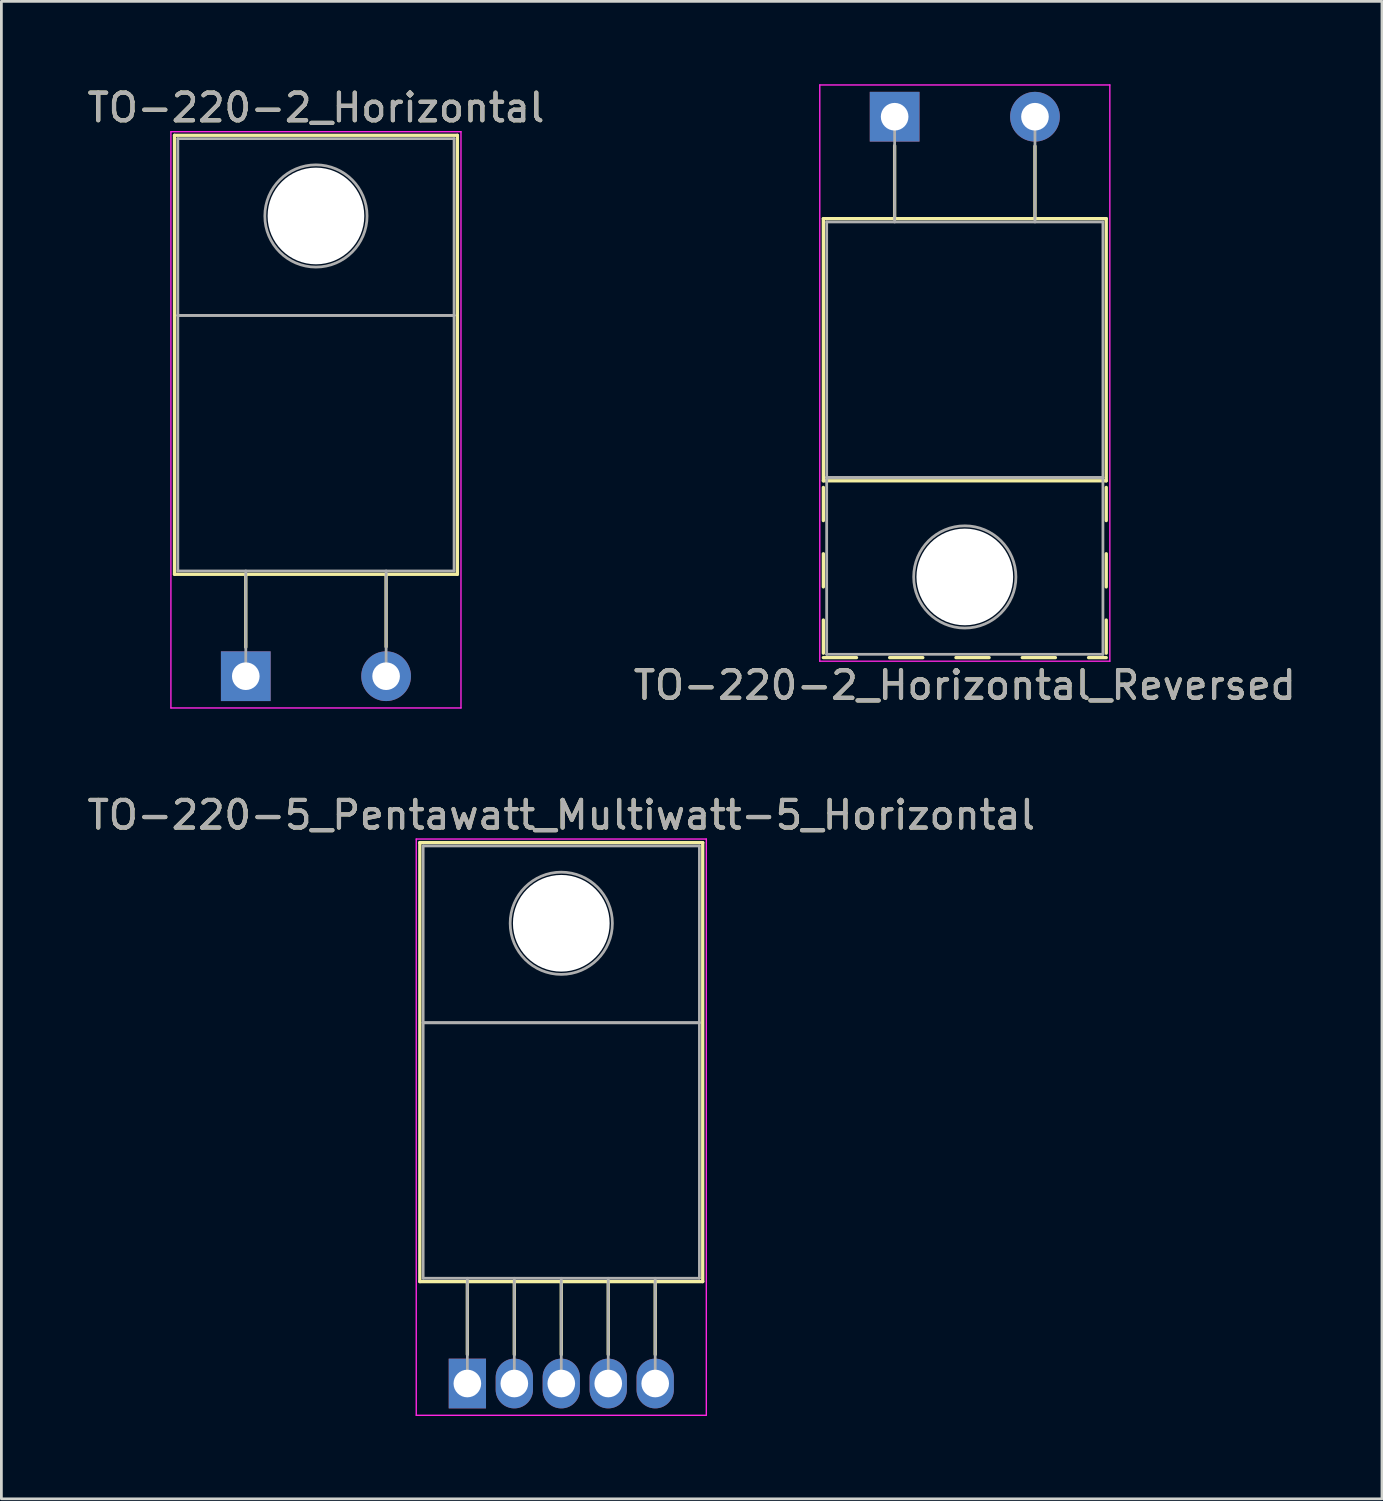
<source format=kicad_pcb>
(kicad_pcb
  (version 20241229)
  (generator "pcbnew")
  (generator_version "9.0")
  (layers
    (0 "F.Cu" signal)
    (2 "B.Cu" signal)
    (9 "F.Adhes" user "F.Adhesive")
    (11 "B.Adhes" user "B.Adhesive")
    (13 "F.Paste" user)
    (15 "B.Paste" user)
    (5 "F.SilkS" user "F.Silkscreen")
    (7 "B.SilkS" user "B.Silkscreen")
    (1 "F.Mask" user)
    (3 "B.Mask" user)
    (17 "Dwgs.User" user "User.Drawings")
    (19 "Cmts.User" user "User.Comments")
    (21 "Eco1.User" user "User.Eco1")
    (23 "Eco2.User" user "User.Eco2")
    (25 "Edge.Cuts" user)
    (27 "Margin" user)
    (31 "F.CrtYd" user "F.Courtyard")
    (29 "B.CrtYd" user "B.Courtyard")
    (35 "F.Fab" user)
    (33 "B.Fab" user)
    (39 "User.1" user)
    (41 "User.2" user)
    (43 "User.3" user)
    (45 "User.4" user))
  (footprint "TO-220-2_Horizontal"
    (layer "F.Cu")
    (at 5.847 21.428)
    (property "Reference" "TO-220-2_Horizontal" (at 2.54 -20.58 0) (layer "F.SilkS") (effects (font (size 1 1) (thickness 0.15))))
    (attr through_hole)
    (fp_line (start -2.58 -19.58) (end -2.58 -3.69) (stroke (width 0.12) (type solid)) (layer "F.SilkS"))
    (fp_line (start -2.58 -19.58) (end 7.66 -19.58) (stroke (width 0.12) (type solid)) (layer "F.SilkS"))
    (fp_line (start -2.58 -3.69) (end 7.66 -3.69) (stroke (width 0.12) (type solid)) (layer "F.SilkS"))
    (fp_line (start 0 -3.69) (end 0 -1.05) (stroke (width 0.12) (type solid)) (layer "F.SilkS"))
    (fp_line (start 5.08 -3.69) (end 5.08 -1.066) (stroke (width 0.12) (type solid)) (layer "F.SilkS"))
    (fp_line (start 7.66 -19.58) (end 7.66 -3.69) (stroke (width 0.12) (type solid)) (layer "F.SilkS"))
    (fp_line (start -2.71 -19.71) (end -2.71 1.15) (stroke (width 0.05) (type solid)) (layer "F.CrtYd"))
    (fp_line (start -2.71 1.15) (end 7.79 1.15) (stroke (width 0.05) (type solid)) (layer "F.CrtYd"))
    (fp_line (start 7.79 -19.71) (end -2.71 -19.71) (stroke (width 0.05) (type solid)) (layer "F.CrtYd"))
    (fp_line (start 7.79 1.15) (end 7.79 -19.71) (stroke (width 0.05) (type solid)) (layer "F.CrtYd"))
    (fp_line (start -2.46 -19.46) (end 7.54 -19.46) (stroke (width 0.1) (type solid)) (layer "F.Fab"))
    (fp_line (start -2.46 -13.06) (end -2.46 -19.46) (stroke (width 0.1) (type solid)) (layer "F.Fab"))
    (fp_line (start -2.46 -13.06) (end 7.54 -13.06) (stroke (width 0.1) (type solid)) (layer "F.Fab"))
    (fp_line (start -2.46 -3.81) (end -2.46 -13.06) (stroke (width 0.1) (type solid)) (layer "F.Fab"))
    (fp_line (start 0 -3.81) (end 0 0) (stroke (width 0.1) (type solid)) (layer "F.Fab"))
    (fp_line (start 5.08 -3.81) (end 5.08 0) (stroke (width 0.1) (type solid)) (layer "F.Fab"))
    (fp_line (start 7.54 -19.46) (end 7.54 -13.06) (stroke (width 0.1) (type solid)) (layer "F.Fab"))
    (fp_line (start 7.54 -13.06) (end -2.46 -13.06) (stroke (width 0.1) (type solid)) (layer "F.Fab"))
    (fp_line (start 7.54 -13.06) (end 7.54 -3.81) (stroke (width 0.1) (type solid)) (layer "F.Fab"))
    (fp_line (start 7.54 -3.81) (end -2.46 -3.81) (stroke (width 0.1) (type solid)) (layer "F.Fab"))
    (fp_circle (center 2.54 -16.66) (end 4.39 -16.66) (stroke (width 0.1) (type solid)) (fill no) (layer "F.Fab"))
    (fp_text user "${REFERENCE}" (at 2.54 -20.58 0) (layer "F.Fab") (effects (font (size 1 1) (thickness 0.15))))
    (pad "" np_thru_hole oval (at 2.54 -16.66) (size 3.5 3.5) (drill 3.5) (layers "*.Cu" "*.Mask"))
    (pad "1" thru_hole rect (at 0 0) (size 1.8 1.8) (drill 1) (layers "*.Cu" "*.Mask"))
    (pad "2" thru_hole oval (at 5.08 0) (size 1.8 1.8) (drill 1) (layers "*.Cu" "*.Mask")))
  (footprint "TO-220-5_Pentawatt_Multiwatt-5_Horizontal"
    (layer "F.Cu")
    (at 13.868 47.032)
    (property "Reference" "TO-220-5_Pentawatt_Multiwatt-5_Horizontal" (at 3.4 -20.58 0) (layer "F.SilkS") (effects (font (size 1 1) (thickness 0.15))))
    (attr through_hole)
    (fp_line (start -1.721 -19.58) (end -1.721 -3.69) (stroke (width 0.12) (type solid)) (layer "F.SilkS"))
    (fp_line (start -1.721 -19.58) (end 8.52 -19.58) (stroke (width 0.12) (type solid)) (layer "F.SilkS"))
    (fp_line (start -1.721 -3.69) (end 8.52 -3.69) (stroke (width 0.12) (type solid)) (layer "F.SilkS"))
    (fp_line (start 0 -3.69) (end 0 -1.05) (stroke (width 0.12) (type solid)) (layer "F.SilkS"))
    (fp_line (start 1.7 -3.69) (end 1.7 -1.05) (stroke (width 0.12) (type solid)) (layer "F.SilkS"))
    (fp_line (start 3.4 -3.69) (end 3.4 -1.05) (stroke (width 0.12) (type solid)) (layer "F.SilkS"))
    (fp_line (start 5.1 -3.69) (end 5.1 -1.05) (stroke (width 0.12) (type solid)) (layer "F.SilkS"))
    (fp_line (start 6.8 -3.69) (end 6.8 -1.05) (stroke (width 0.12) (type solid)) (layer "F.SilkS"))
    (fp_line (start 8.52 -19.58) (end 8.52 -3.69) (stroke (width 0.12) (type solid)) (layer "F.SilkS"))
    (fp_line (start -1.85 -19.71) (end -1.85 1.15) (stroke (width 0.05) (type solid)) (layer "F.CrtYd"))
    (fp_line (start -1.85 1.15) (end 8.65 1.15) (stroke (width 0.05) (type solid)) (layer "F.CrtYd"))
    (fp_line (start 8.65 -19.71) (end -1.85 -19.71) (stroke (width 0.05) (type solid)) (layer "F.CrtYd"))
    (fp_line (start 8.65 1.15) (end 8.65 -19.71) (stroke (width 0.05) (type solid)) (layer "F.CrtYd"))
    (fp_line (start -1.6 -19.46) (end 8.4 -19.46) (stroke (width 0.1) (type solid)) (layer "F.Fab"))
    (fp_line (start -1.6 -13.06) (end -1.6 -19.46) (stroke (width 0.1) (type solid)) (layer "F.Fab"))
    (fp_line (start -1.6 -13.06) (end 8.4 -13.06) (stroke (width 0.1) (type solid)) (layer "F.Fab"))
    (fp_line (start -1.6 -3.81) (end -1.6 -13.06) (stroke (width 0.1) (type solid)) (layer "F.Fab"))
    (fp_line (start 0 -3.81) (end 0 0) (stroke (width 0.1) (type solid)) (layer "F.Fab"))
    (fp_line (start 1.7 -3.81) (end 1.7 0) (stroke (width 0.1) (type solid)) (layer "F.Fab"))
    (fp_line (start 3.4 -3.81) (end 3.4 0) (stroke (width 0.1) (type solid)) (layer "F.Fab"))
    (fp_line (start 5.1 -3.81) (end 5.1 0) (stroke (width 0.1) (type solid)) (layer "F.Fab"))
    (fp_line (start 6.8 -3.81) (end 6.8 0) (stroke (width 0.1) (type solid)) (layer "F.Fab"))
    (fp_line (start 8.4 -19.46) (end 8.4 -13.06) (stroke (width 0.1) (type solid)) (layer "F.Fab"))
    (fp_line (start 8.4 -13.06) (end -1.6 -13.06) (stroke (width 0.1) (type solid)) (layer "F.Fab"))
    (fp_line (start 8.4 -13.06) (end 8.4 -3.81) (stroke (width 0.1) (type solid)) (layer "F.Fab"))
    (fp_line (start 8.4 -3.81) (end -1.6 -3.81) (stroke (width 0.1) (type solid)) (layer "F.Fab"))
    (fp_circle (center 3.4 -16.66) (end 5.25 -16.66) (stroke (width 0.1) (type solid)) (fill no) (layer "F.Fab"))
    (fp_text user "${REFERENCE}" (at 3.4 -20.58 0) (layer "F.Fab") (effects (font (size 1 1) (thickness 0.15))))
    (pad "" np_thru_hole oval (at 3.4 -16.66) (size 3.5 3.5) (drill 3.5) (layers "*.Cu" "*.Mask"))
    (pad "1" thru_hole rect (at 0 0) (size 1.35 1.8) (drill 1) (layers "*.Cu" "*.Mask"))
    (pad "2" thru_hole oval (at 1.7 0) (size 1.35 1.8) (drill 1) (layers "*.Cu" "*.Mask"))
    (pad "3" thru_hole oval (at 3.4 0) (size 1.35 1.8) (drill 1) (layers "*.Cu" "*.Mask"))
    (pad "4" thru_hole oval (at 5.1 0) (size 1.35 1.8) (drill 1) (layers "*.Cu" "*.Mask"))
    (pad "5" thru_hole oval (at 6.8 0) (size 1.35 1.8) (drill 1) (layers "*.Cu" "*.Mask")))
  (footprint "TO-220-2_Horizontal_Reversed"
    (layer "F.Cu")
    (at 29.335 1.175)
    (property "Reference" "TO-220-2_Horizontal_Reversed" (at 2.54 20.58 0) (layer "F.SilkS") (effects (font (size 1 1) (thickness 0.15))))
    (attr through_hole)
    (fp_line (start -2.58 3.69) (end -2.58 13.18) (stroke (width 0.12) (type solid)) (layer "F.SilkS"))
    (fp_line (start -2.58 3.69) (end 7.66 3.69) (stroke (width 0.12) (type solid)) (layer "F.SilkS"))
    (fp_line (start -2.58 13.18) (end 7.66 13.18) (stroke (width 0.12) (type solid)) (layer "F.SilkS"))
    (fp_line (start -2.58 13.42) (end -2.58 14.62) (stroke (width 0.12) (type solid)) (layer "F.SilkS"))
    (fp_line (start -2.58 15.82) (end -2.58 17.02) (stroke (width 0.12) (type solid)) (layer "F.SilkS"))
    (fp_line (start -2.58 18.22) (end -2.58 19.42) (stroke (width 0.12) (type solid)) (layer "F.SilkS"))
    (fp_line (start -2.58 19.58) (end -1.38 19.58) (stroke (width 0.12) (type solid)) (layer "F.SilkS"))
    (fp_line (start -0.181 19.58) (end 1.02 19.58) (stroke (width 0.12) (type solid)) (layer "F.SilkS"))
    (fp_line (start 0 1.05) (end 0 3.69) (stroke (width 0.12) (type solid)) (layer "F.SilkS"))
    (fp_line (start 2.22 19.58) (end 3.42 19.58) (stroke (width 0.12) (type solid)) (layer "F.SilkS"))
    (fp_line (start 4.62 19.58) (end 5.82 19.58) (stroke (width 0.12) (type solid)) (layer "F.SilkS"))
    (fp_line (start 5.08 1.066) (end 5.08 3.69) (stroke (width 0.12) (type solid)) (layer "F.SilkS"))
    (fp_line (start 7.02 19.58) (end 7.66 19.58) (stroke (width 0.12) (type solid)) (layer "F.SilkS"))
    (fp_line (start 7.66 3.69) (end 7.66 13.18) (stroke (width 0.12) (type solid)) (layer "F.SilkS"))
    (fp_line (start 7.66 13.42) (end 7.66 14.62) (stroke (width 0.12) (type solid)) (layer "F.SilkS"))
    (fp_line (start 7.66 15.82) (end 7.66 17.02) (stroke (width 0.12) (type solid)) (layer "F.SilkS"))
    (fp_line (start 7.66 18.22) (end 7.66 19.42) (stroke (width 0.12) (type solid)) (layer "F.SilkS"))
    (fp_line (start -2.71 -1.15) (end -2.71 19.71) (stroke (width 0.05) (type solid)) (layer "F.CrtYd"))
    (fp_line (start -2.71 19.71) (end 7.79 19.71) (stroke (width 0.05) (type solid)) (layer "F.CrtYd"))
    (fp_line (start 7.79 -1.15) (end -2.71 -1.15) (stroke (width 0.05) (type solid)) (layer "F.CrtYd"))
    (fp_line (start 7.79 19.71) (end 7.79 -1.15) (stroke (width 0.05) (type solid)) (layer "F.CrtYd"))
    (fp_line (start -2.46 3.81) (end -2.46 13.06) (stroke (width 0.1) (type solid)) (layer "F.Fab"))
    (fp_line (start -2.46 13.06) (end -2.46 19.46) (stroke (width 0.1) (type solid)) (layer "F.Fab"))
    (fp_line (start -2.46 13.06) (end 7.54 13.06) (stroke (width 0.1) (type solid)) (layer "F.Fab"))
    (fp_line (start -2.46 19.46) (end 7.54 19.46) (stroke (width 0.1) (type solid)) (layer "F.Fab"))
    (fp_line (start 0 3.81) (end 0 0) (stroke (width 0.1) (type solid)) (layer "F.Fab"))
    (fp_line (start 5.08 3.81) (end 5.08 0) (stroke (width 0.1) (type solid)) (layer "F.Fab"))
    (fp_line (start 7.54 3.81) (end -2.46 3.81) (stroke (width 0.1) (type solid)) (layer "F.Fab"))
    (fp_line (start 7.54 13.06) (end -2.46 13.06) (stroke (width 0.1) (type solid)) (layer "F.Fab"))
    (fp_line (start 7.54 13.06) (end 7.54 3.81) (stroke (width 0.1) (type solid)) (layer "F.Fab"))
    (fp_line (start 7.54 19.46) (end 7.54 13.06) (stroke (width 0.1) (type solid)) (layer "F.Fab"))
    (fp_circle (center 2.54 16.66) (end 4.39 16.66) (stroke (width 0.1) (type solid)) (fill no) (layer "F.Fab"))
    (fp_text user "${REFERENCE}" (at 2.54 20.58 0) (layer "F.Fab") (effects (font (size 1 1) (thickness 0.15))))
    (pad "" np_thru_hole oval (at 2.54 16.66) (size 3.5 3.5) (drill 3.5) (layers "*.Cu" "*.Mask"))
    (pad "1" thru_hole rect (at 0 0) (size 1.8 1.8) (drill 1) (layers "*.Cu" "*.Mask"))
    (pad "2" thru_hole oval (at 5.08 0) (size 1.8 1.8) (drill 1) (layers "*.Cu" "*.Mask")))
  (gr_rect
    (start -3 -3)
    (end 46.976 51.206)
    (stroke (width 0.1) (type default))
    (fill no)
    (layer "Edge.Cuts")))
</source>
